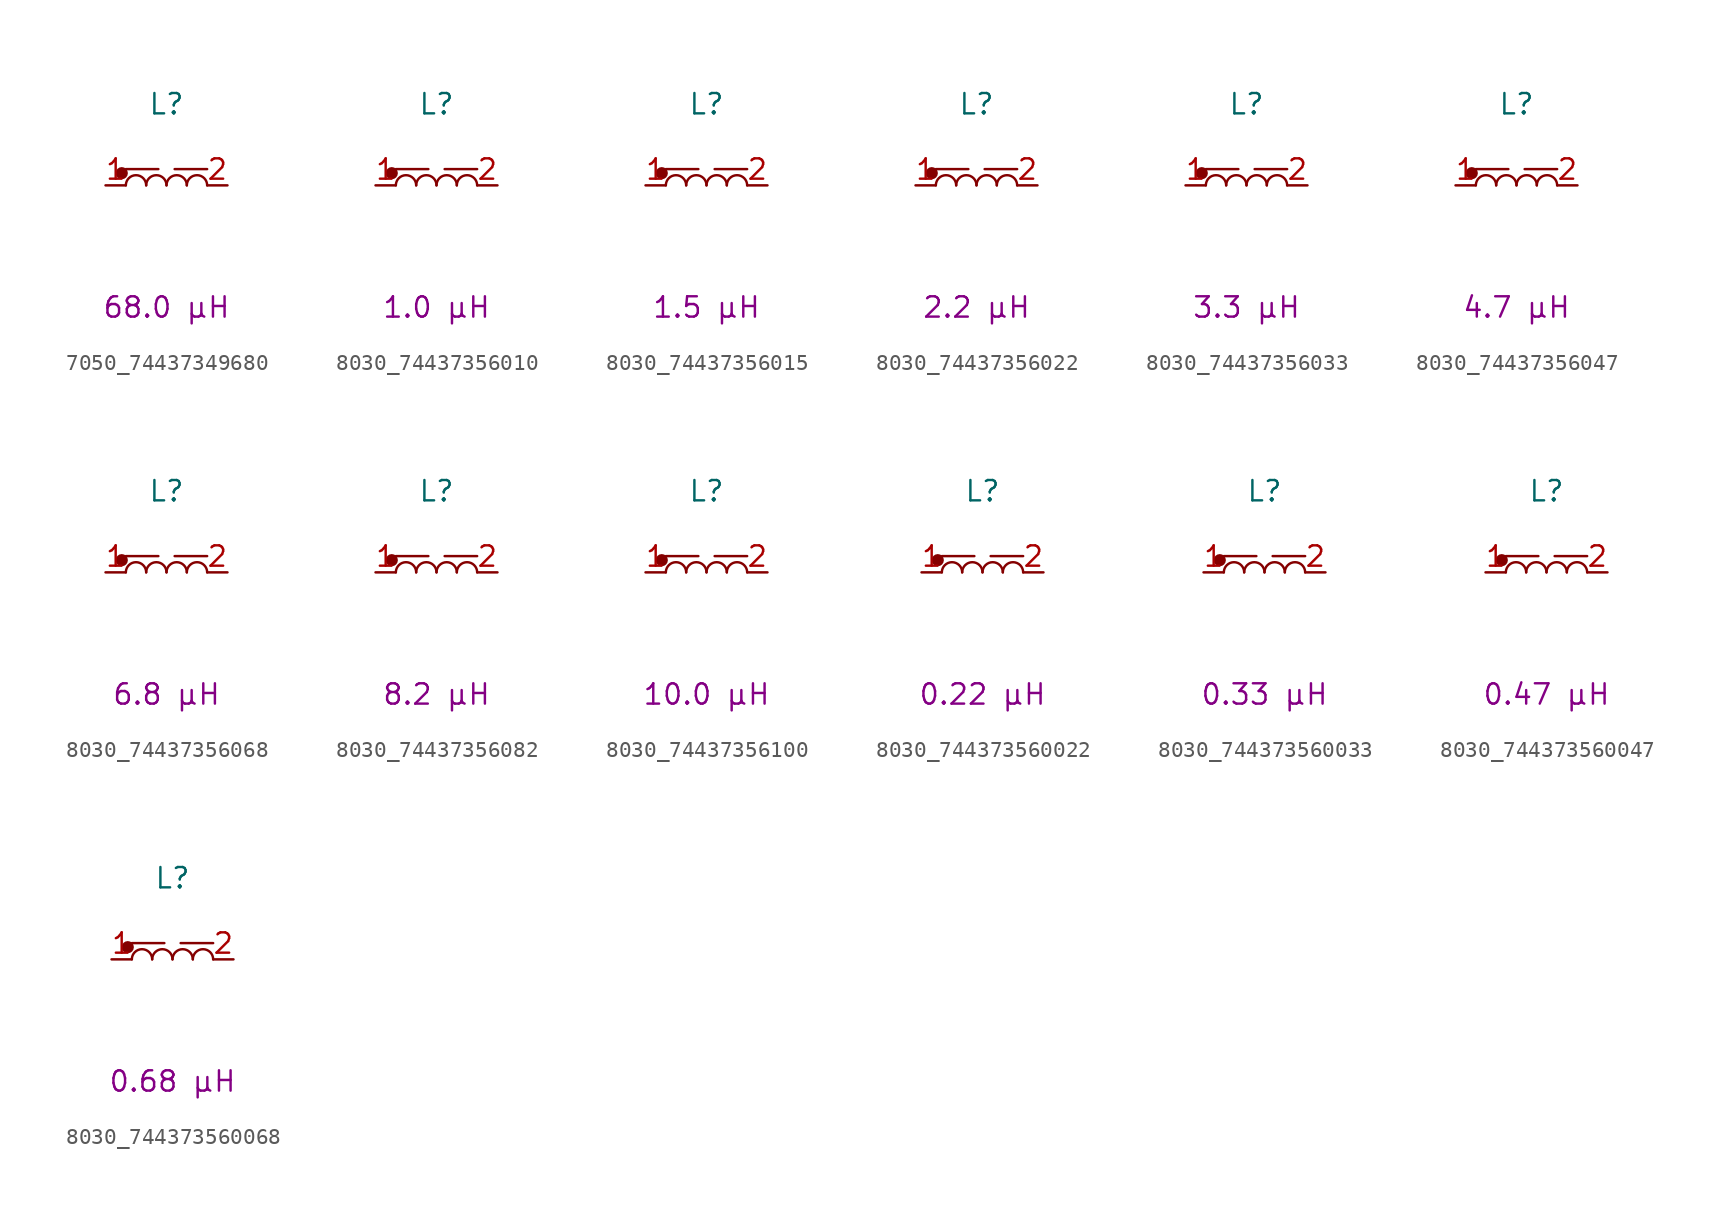
<source format=kicad_sym>
(kicad_symbol_lib
  (version 20220914)
  (generator kicad_symbol_editor)
  (symbol "7050_74437349680"
    (pin_names hide)
    (property "Reference" "L"
      (at 0 5.08 0)
      (effects (font (size 1.27 1.27))))
    (property "Critical Parameter" "68.0 µH"
      (at 0 -7.62 0)
      (effects (font (size 1.27 1.27))))
    (symbol "7050_74437349680_0_1"
      (arc (start -1.27 0) (mid -1.905 0.6323) (end -2.54 0) (stroke (width 0) (type default)) (fill (type none)))
      (arc (start 0 0) (mid -0.635 0.6323) (end -1.27 0) (stroke (width 0) (type default)) (fill (type none)))
      (polyline (pts (xy -2.54 1.016) (xy -0.508 1.016)) (stroke (width 0) (type default)) (fill (type none)))
      (arc (start 1.27 0) (mid 0.635 0.6323) (end 0 0) (stroke (width 0) (type default)) (fill (type none)))
      (arc (start 2.54 0) (mid 1.905 0.6323) (end 1.27 0) (stroke (width 0) (type default)) (fill (type none))))
    (symbol "7050_74437349680_1_1"
      (circle (center -2.794 0.762) (radius 0.0001) (stroke (width 0.381) (type default)) (fill (type none)))
      (polyline (pts (xy 2.54 1.016) (xy 0.508 1.016)) (stroke (width 0) (type default)) (fill (type none)))
      (pin passive line (at -3.81 0 0) (length 1.27) (name "1" (effects (font (size 1.27 1.27)))) (number "1" (effects (font (size 1.27 1.27)))))
      (pin passive line (at 3.81 0 180) (length 1.27) (name "2" (effects (font (size 1.27 1.27)))) (number "2" (effects (font (size 1.27 1.27)))))))
  (symbol "8030_74437356010"
    (pin_names hide)
    (property "Reference" "L"
      (at 0 5.08 0)
      (effects (font (size 1.27 1.27))))
    (property "Critical Parameter" "1.0 µH"
      (at 0 -7.62 0)
      (effects (font (size 1.27 1.27))))
    (symbol "8030_74437356010_0_1"
      (arc (start -1.27 0) (mid -1.905 0.6323) (end -2.54 0) (stroke (width 0) (type default)) (fill (type none)))
      (arc (start 0 0) (mid -0.635 0.6323) (end -1.27 0) (stroke (width 0) (type default)) (fill (type none)))
      (polyline (pts (xy -2.54 1.016) (xy -0.508 1.016)) (stroke (width 0) (type default)) (fill (type none)))
      (arc (start 1.27 0) (mid 0.635 0.6323) (end 0 0) (stroke (width 0) (type default)) (fill (type none)))
      (arc (start 2.54 0) (mid 1.905 0.6323) (end 1.27 0) (stroke (width 0) (type default)) (fill (type none))))
    (symbol "8030_74437356010_1_1"
      (circle (center -2.794 0.762) (radius 0.0001) (stroke (width 0.381) (type default)) (fill (type none)))
      (polyline (pts (xy 2.54 1.016) (xy 0.508 1.016)) (stroke (width 0) (type default)) (fill (type none)))
      (pin passive line (at -3.81 0 0) (length 1.27) (name "1" (effects (font (size 1.27 1.27)))) (number "1" (effects (font (size 1.27 1.27)))))
      (pin passive line (at 3.81 0 180) (length 1.27) (name "2" (effects (font (size 1.27 1.27)))) (number "2" (effects (font (size 1.27 1.27)))))))
  (symbol "8030_74437356015"
    (pin_names hide)
    (property "Reference" "L"
      (at 0 5.08 0)
      (effects (font (size 1.27 1.27))))
    (property "Critical Parameter" "1.5 µH"
      (at 0 -7.62 0)
      (effects (font (size 1.27 1.27))))
    (symbol "8030_74437356015_0_1"
      (arc (start -1.27 0) (mid -1.905 0.6323) (end -2.54 0) (stroke (width 0) (type default)) (fill (type none)))
      (arc (start 0 0) (mid -0.635 0.6323) (end -1.27 0) (stroke (width 0) (type default)) (fill (type none)))
      (polyline (pts (xy -2.54 1.016) (xy -0.508 1.016)) (stroke (width 0) (type default)) (fill (type none)))
      (arc (start 1.27 0) (mid 0.635 0.6323) (end 0 0) (stroke (width 0) (type default)) (fill (type none)))
      (arc (start 2.54 0) (mid 1.905 0.6323) (end 1.27 0) (stroke (width 0) (type default)) (fill (type none))))
    (symbol "8030_74437356015_1_1"
      (circle (center -2.794 0.762) (radius 0.0001) (stroke (width 0.381) (type default)) (fill (type none)))
      (polyline (pts (xy 2.54 1.016) (xy 0.508 1.016)) (stroke (width 0) (type default)) (fill (type none)))
      (pin passive line (at -3.81 0 0) (length 1.27) (name "1" (effects (font (size 1.27 1.27)))) (number "1" (effects (font (size 1.27 1.27)))))
      (pin passive line (at 3.81 0 180) (length 1.27) (name "2" (effects (font (size 1.27 1.27)))) (number "2" (effects (font (size 1.27 1.27)))))))
  (symbol "8030_74437356022"
    (pin_names hide)
    (property "Reference" "L"
      (at 0 5.08 0)
      (effects (font (size 1.27 1.27))))
    (property "Critical Parameter" "2.2 µH"
      (at 0 -7.62 0)
      (effects (font (size 1.27 1.27))))
    (symbol "8030_74437356022_0_1"
      (arc (start -1.27 0) (mid -1.905 0.6323) (end -2.54 0) (stroke (width 0) (type default)) (fill (type none)))
      (arc (start 0 0) (mid -0.635 0.6323) (end -1.27 0) (stroke (width 0) (type default)) (fill (type none)))
      (polyline (pts (xy -2.54 1.016) (xy -0.508 1.016)) (stroke (width 0) (type default)) (fill (type none)))
      (arc (start 1.27 0) (mid 0.635 0.6323) (end 0 0) (stroke (width 0) (type default)) (fill (type none)))
      (arc (start 2.54 0) (mid 1.905 0.6323) (end 1.27 0) (stroke (width 0) (type default)) (fill (type none))))
    (symbol "8030_74437356022_1_1"
      (circle (center -2.794 0.762) (radius 0.0001) (stroke (width 0.381) (type default)) (fill (type none)))
      (polyline (pts (xy 2.54 1.016) (xy 0.508 1.016)) (stroke (width 0) (type default)) (fill (type none)))
      (pin passive line (at -3.81 0 0) (length 1.27) (name "1" (effects (font (size 1.27 1.27)))) (number "1" (effects (font (size 1.27 1.27)))))
      (pin passive line (at 3.81 0 180) (length 1.27) (name "2" (effects (font (size 1.27 1.27)))) (number "2" (effects (font (size 1.27 1.27)))))))
  (symbol "8030_74437356033"
    (pin_names hide)
    (property "Reference" "L"
      (at 0 5.08 0)
      (effects (font (size 1.27 1.27))))
    (property "Critical Parameter" "3.3 µH"
      (at 0 -7.62 0)
      (effects (font (size 1.27 1.27))))
    (symbol "8030_74437356033_0_1"
      (arc (start -1.27 0) (mid -1.905 0.6323) (end -2.54 0) (stroke (width 0) (type default)) (fill (type none)))
      (arc (start 0 0) (mid -0.635 0.6323) (end -1.27 0) (stroke (width 0) (type default)) (fill (type none)))
      (polyline (pts (xy -2.54 1.016) (xy -0.508 1.016)) (stroke (width 0) (type default)) (fill (type none)))
      (arc (start 1.27 0) (mid 0.635 0.6323) (end 0 0) (stroke (width 0) (type default)) (fill (type none)))
      (arc (start 2.54 0) (mid 1.905 0.6323) (end 1.27 0) (stroke (width 0) (type default)) (fill (type none))))
    (symbol "8030_74437356033_1_1"
      (circle (center -2.794 0.762) (radius 0.0001) (stroke (width 0.381) (type default)) (fill (type none)))
      (polyline (pts (xy 2.54 1.016) (xy 0.508 1.016)) (stroke (width 0) (type default)) (fill (type none)))
      (pin passive line (at -3.81 0 0) (length 1.27) (name "1" (effects (font (size 1.27 1.27)))) (number "1" (effects (font (size 1.27 1.27)))))
      (pin passive line (at 3.81 0 180) (length 1.27) (name "2" (effects (font (size 1.27 1.27)))) (number "2" (effects (font (size 1.27 1.27)))))))
  (symbol "8030_74437356047"
    (pin_names hide)
    (property "Reference" "L"
      (at 0 5.08 0)
      (effects (font (size 1.27 1.27))))
    (property "Critical Parameter" "4.7 µH"
      (at 0 -7.62 0)
      (effects (font (size 1.27 1.27))))
    (symbol "8030_74437356047_0_1"
      (arc (start -1.27 0) (mid -1.905 0.6323) (end -2.54 0) (stroke (width 0) (type default)) (fill (type none)))
      (arc (start 0 0) (mid -0.635 0.6323) (end -1.27 0) (stroke (width 0) (type default)) (fill (type none)))
      (polyline (pts (xy -2.54 1.016) (xy -0.508 1.016)) (stroke (width 0) (type default)) (fill (type none)))
      (arc (start 1.27 0) (mid 0.635 0.6323) (end 0 0) (stroke (width 0) (type default)) (fill (type none)))
      (arc (start 2.54 0) (mid 1.905 0.6323) (end 1.27 0) (stroke (width 0) (type default)) (fill (type none))))
    (symbol "8030_74437356047_1_1"
      (circle (center -2.794 0.762) (radius 0.0001) (stroke (width 0.381) (type default)) (fill (type none)))
      (polyline (pts (xy 2.54 1.016) (xy 0.508 1.016)) (stroke (width 0) (type default)) (fill (type none)))
      (pin passive line (at -3.81 0 0) (length 1.27) (name "1" (effects (font (size 1.27 1.27)))) (number "1" (effects (font (size 1.27 1.27)))))
      (pin passive line (at 3.81 0 180) (length 1.27) (name "2" (effects (font (size 1.27 1.27)))) (number "2" (effects (font (size 1.27 1.27)))))))
  (symbol "8030_74437356068"
    (pin_names hide)
    (property "Reference" "L"
      (at 0 5.08 0)
      (effects (font (size 1.27 1.27))))
    (property "Critical Parameter" "6.8 µH"
      (at 0 -7.62 0)
      (effects (font (size 1.27 1.27))))
    (symbol "8030_74437356068_0_1"
      (arc (start -1.27 0) (mid -1.905 0.6323) (end -2.54 0) (stroke (width 0) (type default)) (fill (type none)))
      (arc (start 0 0) (mid -0.635 0.6323) (end -1.27 0) (stroke (width 0) (type default)) (fill (type none)))
      (polyline (pts (xy -2.54 1.016) (xy -0.508 1.016)) (stroke (width 0) (type default)) (fill (type none)))
      (arc (start 1.27 0) (mid 0.635 0.6323) (end 0 0) (stroke (width 0) (type default)) (fill (type none)))
      (arc (start 2.54 0) (mid 1.905 0.6323) (end 1.27 0) (stroke (width 0) (type default)) (fill (type none))))
    (symbol "8030_74437356068_1_1"
      (circle (center -2.794 0.762) (radius 0.0001) (stroke (width 0.381) (type default)) (fill (type none)))
      (polyline (pts (xy 2.54 1.016) (xy 0.508 1.016)) (stroke (width 0) (type default)) (fill (type none)))
      (pin passive line (at -3.81 0 0) (length 1.27) (name "1" (effects (font (size 1.27 1.27)))) (number "1" (effects (font (size 1.27 1.27)))))
      (pin passive line (at 3.81 0 180) (length 1.27) (name "2" (effects (font (size 1.27 1.27)))) (number "2" (effects (font (size 1.27 1.27)))))))
  (symbol "8030_74437356082"
    (pin_names hide)
    (property "Reference" "L"
      (at 0 5.08 0)
      (effects (font (size 1.27 1.27))))
    (property "Critical Parameter" "8.2 µH"
      (at 0 -7.62 0)
      (effects (font (size 1.27 1.27))))
    (symbol "8030_74437356082_0_1"
      (arc (start -1.27 0) (mid -1.905 0.6323) (end -2.54 0) (stroke (width 0) (type default)) (fill (type none)))
      (arc (start 0 0) (mid -0.635 0.6323) (end -1.27 0) (stroke (width 0) (type default)) (fill (type none)))
      (polyline (pts (xy -2.54 1.016) (xy -0.508 1.016)) (stroke (width 0) (type default)) (fill (type none)))
      (arc (start 1.27 0) (mid 0.635 0.6323) (end 0 0) (stroke (width 0) (type default)) (fill (type none)))
      (arc (start 2.54 0) (mid 1.905 0.6323) (end 1.27 0) (stroke (width 0) (type default)) (fill (type none))))
    (symbol "8030_74437356082_1_1"
      (circle (center -2.794 0.762) (radius 0.0001) (stroke (width 0.381) (type default)) (fill (type none)))
      (polyline (pts (xy 2.54 1.016) (xy 0.508 1.016)) (stroke (width 0) (type default)) (fill (type none)))
      (pin passive line (at -3.81 0 0) (length 1.27) (name "1" (effects (font (size 1.27 1.27)))) (number "1" (effects (font (size 1.27 1.27)))))
      (pin passive line (at 3.81 0 180) (length 1.27) (name "2" (effects (font (size 1.27 1.27)))) (number "2" (effects (font (size 1.27 1.27)))))))
  (symbol "8030_74437356100"
    (pin_names hide)
    (property "Reference" "L"
      (at 0 5.08 0)
      (effects (font (size 1.27 1.27))))
    (property "Critical Parameter" "10.0 µH"
      (at 0 -7.62 0)
      (effects (font (size 1.27 1.27))))
    (symbol "8030_74437356100_0_1"
      (arc (start -1.27 0) (mid -1.905 0.6323) (end -2.54 0) (stroke (width 0) (type default)) (fill (type none)))
      (arc (start 0 0) (mid -0.635 0.6323) (end -1.27 0) (stroke (width 0) (type default)) (fill (type none)))
      (polyline (pts (xy -2.54 1.016) (xy -0.508 1.016)) (stroke (width 0) (type default)) (fill (type none)))
      (arc (start 1.27 0) (mid 0.635 0.6323) (end 0 0) (stroke (width 0) (type default)) (fill (type none)))
      (arc (start 2.54 0) (mid 1.905 0.6323) (end 1.27 0) (stroke (width 0) (type default)) (fill (type none))))
    (symbol "8030_74437356100_1_1"
      (circle (center -2.794 0.762) (radius 0.0001) (stroke (width 0.381) (type default)) (fill (type none)))
      (polyline (pts (xy 2.54 1.016) (xy 0.508 1.016)) (stroke (width 0) (type default)) (fill (type none)))
      (pin passive line (at -3.81 0 0) (length 1.27) (name "1" (effects (font (size 1.27 1.27)))) (number "1" (effects (font (size 1.27 1.27)))))
      (pin passive line (at 3.81 0 180) (length 1.27) (name "2" (effects (font (size 1.27 1.27)))) (number "2" (effects (font (size 1.27 1.27)))))))
  (symbol "8030_744373560022"
    (pin_names hide)
    (property "Reference" "L"
      (at 0 5.08 0)
      (effects (font (size 1.27 1.27))))
    (property "Critical Parameter" "0.22 µH"
      (at 0 -7.62 0)
      (effects (font (size 1.27 1.27))))
    (symbol "8030_744373560022_0_1"
      (arc (start -1.27 0) (mid -1.905 0.6323) (end -2.54 0) (stroke (width 0) (type default)) (fill (type none)))
      (arc (start 0 0) (mid -0.635 0.6323) (end -1.27 0) (stroke (width 0) (type default)) (fill (type none)))
      (polyline (pts (xy -2.54 1.016) (xy -0.508 1.016)) (stroke (width 0) (type default)) (fill (type none)))
      (arc (start 1.27 0) (mid 0.635 0.6323) (end 0 0) (stroke (width 0) (type default)) (fill (type none)))
      (arc (start 2.54 0) (mid 1.905 0.6323) (end 1.27 0) (stroke (width 0) (type default)) (fill (type none))))
    (symbol "8030_744373560022_1_1"
      (circle (center -2.794 0.762) (radius 0.0001) (stroke (width 0.381) (type default)) (fill (type none)))
      (polyline (pts (xy 2.54 1.016) (xy 0.508 1.016)) (stroke (width 0) (type default)) (fill (type none)))
      (pin passive line (at -3.81 0 0) (length 1.27) (name "1" (effects (font (size 1.27 1.27)))) (number "1" (effects (font (size 1.27 1.27)))))
      (pin passive line (at 3.81 0 180) (length 1.27) (name "2" (effects (font (size 1.27 1.27)))) (number "2" (effects (font (size 1.27 1.27)))))))
  (symbol "8030_744373560033"
    (pin_names hide)
    (property "Reference" "L"
      (at 0 5.08 0)
      (effects (font (size 1.27 1.27))))
    (property "Critical Parameter" "0.33 µH"
      (at 0 -7.62 0)
      (effects (font (size 1.27 1.27))))
    (symbol "8030_744373560033_0_1"
      (arc (start -1.27 0) (mid -1.905 0.6323) (end -2.54 0) (stroke (width 0) (type default)) (fill (type none)))
      (arc (start 0 0) (mid -0.635 0.6323) (end -1.27 0) (stroke (width 0) (type default)) (fill (type none)))
      (polyline (pts (xy -2.54 1.016) (xy -0.508 1.016)) (stroke (width 0) (type default)) (fill (type none)))
      (arc (start 1.27 0) (mid 0.635 0.6323) (end 0 0) (stroke (width 0) (type default)) (fill (type none)))
      (arc (start 2.54 0) (mid 1.905 0.6323) (end 1.27 0) (stroke (width 0) (type default)) (fill (type none))))
    (symbol "8030_744373560033_1_1"
      (circle (center -2.794 0.762) (radius 0.0001) (stroke (width 0.381) (type default)) (fill (type none)))
      (polyline (pts (xy 2.54 1.016) (xy 0.508 1.016)) (stroke (width 0) (type default)) (fill (type none)))
      (pin passive line (at -3.81 0 0) (length 1.27) (name "1" (effects (font (size 1.27 1.27)))) (number "1" (effects (font (size 1.27 1.27)))))
      (pin passive line (at 3.81 0 180) (length 1.27) (name "2" (effects (font (size 1.27 1.27)))) (number "2" (effects (font (size 1.27 1.27)))))))
  (symbol "8030_744373560047"
    (pin_names hide)
    (property "Reference" "L"
      (at 0 5.08 0)
      (effects (font (size 1.27 1.27))))
    (property "Critical Parameter" "0.47 µH"
      (at 0 -7.62 0)
      (effects (font (size 1.27 1.27))))
    (symbol "8030_744373560047_0_1"
      (arc (start -1.27 0) (mid -1.905 0.6323) (end -2.54 0) (stroke (width 0) (type default)) (fill (type none)))
      (arc (start 0 0) (mid -0.635 0.6323) (end -1.27 0) (stroke (width 0) (type default)) (fill (type none)))
      (polyline (pts (xy -2.54 1.016) (xy -0.508 1.016)) (stroke (width 0) (type default)) (fill (type none)))
      (arc (start 1.27 0) (mid 0.635 0.6323) (end 0 0) (stroke (width 0) (type default)) (fill (type none)))
      (arc (start 2.54 0) (mid 1.905 0.6323) (end 1.27 0) (stroke (width 0) (type default)) (fill (type none))))
    (symbol "8030_744373560047_1_1"
      (circle (center -2.794 0.762) (radius 0.0001) (stroke (width 0.381) (type default)) (fill (type none)))
      (polyline (pts (xy 2.54 1.016) (xy 0.508 1.016)) (stroke (width 0) (type default)) (fill (type none)))
      (pin passive line (at -3.81 0 0) (length 1.27) (name "1" (effects (font (size 1.27 1.27)))) (number "1" (effects (font (size 1.27 1.27)))))
      (pin passive line (at 3.81 0 180) (length 1.27) (name "2" (effects (font (size 1.27 1.27)))) (number "2" (effects (font (size 1.27 1.27)))))))
  (symbol "8030_744373560068"
    (pin_names hide)
    (property "Reference" "L"
      (at 0 5.08 0)
      (effects (font (size 1.27 1.27))))
    (property "Critical Parameter" "0.68 µH"
      (at 0 -7.62 0)
      (effects (font (size 1.27 1.27))))
    (symbol "8030_744373560068_0_1"
      (arc (start -1.27 0) (mid -1.905 0.6323) (end -2.54 0) (stroke (width 0) (type default)) (fill (type none)))
      (arc (start 0 0) (mid -0.635 0.6323) (end -1.27 0) (stroke (width 0) (type default)) (fill (type none)))
      (polyline (pts (xy -2.54 1.016) (xy -0.508 1.016)) (stroke (width 0) (type default)) (fill (type none)))
      (arc (start 1.27 0) (mid 0.635 0.6323) (end 0 0) (stroke (width 0) (type default)) (fill (type none)))
      (arc (start 2.54 0) (mid 1.905 0.6323) (end 1.27 0) (stroke (width 0) (type default)) (fill (type none))))
    (symbol "8030_744373560068_1_1"
      (circle (center -2.794 0.762) (radius 0.0001) (stroke (width 0.381) (type default)) (fill (type none)))
      (polyline (pts (xy 2.54 1.016) (xy 0.508 1.016)) (stroke (width 0) (type default)) (fill (type none)))
      (pin passive line (at -3.81 0 0) (length 1.27) (name "1" (effects (font (size 1.27 1.27)))) (number "1" (effects (font (size 1.27 1.27)))))
      (pin passive line (at 3.81 0 180) (length 1.27) (name "2" (effects (font (size 1.27 1.27)))) (number "2" (effects (font (size 1.27 1.27))))))))
</source>
